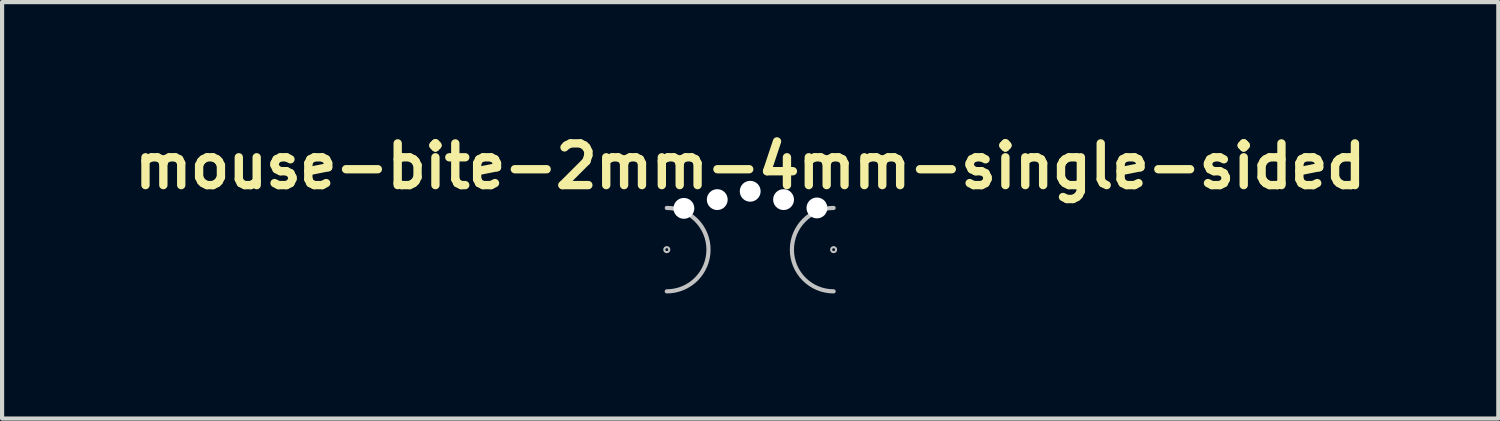
<source format=kicad_pcb>
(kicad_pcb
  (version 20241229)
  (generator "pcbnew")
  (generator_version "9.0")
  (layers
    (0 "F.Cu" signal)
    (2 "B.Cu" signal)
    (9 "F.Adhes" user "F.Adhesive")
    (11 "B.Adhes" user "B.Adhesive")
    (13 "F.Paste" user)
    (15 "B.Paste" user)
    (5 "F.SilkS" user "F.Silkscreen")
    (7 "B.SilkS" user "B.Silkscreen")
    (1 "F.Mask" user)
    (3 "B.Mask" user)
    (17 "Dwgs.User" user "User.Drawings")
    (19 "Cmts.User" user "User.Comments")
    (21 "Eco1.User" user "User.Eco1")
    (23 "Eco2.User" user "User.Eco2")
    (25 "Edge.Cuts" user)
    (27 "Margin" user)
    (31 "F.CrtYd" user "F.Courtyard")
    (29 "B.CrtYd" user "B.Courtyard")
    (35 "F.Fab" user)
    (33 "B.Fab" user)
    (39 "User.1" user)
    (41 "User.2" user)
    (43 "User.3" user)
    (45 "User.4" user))
  (footprint "mouse-bite-2mm-4mm-single-sided"
    (layer "F.Cu")
    (at 14.938 2.936)
    (property "Reference" "mouse-bite-2mm-4mm-single-sided" (at 0 -2 0) (layer "F.SilkS") (effects (font (size 1 1) (thickness 0.2))))
    (attr through_hole board_only exclude_from_pos_files exclude_from_bom)
    (fp_arc (start -2 -1) (mid -1 0) (end -2 1) (stroke (width 0.1) (type solid)) (layer "Dwgs.User"))
    (fp_arc (start 2 1) (mid 1 0) (end 2 -1) (stroke (width 0.1) (type solid)) (layer "Dwgs.User"))
    (fp_circle (center -2 0) (end -2 -0.06) (stroke (width 0.05) (type solid)) (fill no) (layer "Dwgs.User"))
    (fp_circle (center 2 0) (end 2.06 0) (stroke (width 0.05) (type solid)) (fill no) (layer "Dwgs.User"))
    (pad "" np_thru_hole circle (at -1.59 -0.99) (size 0.5 0.5) (drill 0.5) (layers "*.Cu" "*.Mask"))
    (pad "" np_thru_hole circle (at -0.79 -1.2) (size 0.5 0.5) (drill 0.5) (layers "*.Cu" "*.Mask"))
    (pad "" np_thru_hole circle (at 0 -1.4) (size 0.5 0.5) (drill 0.5) (layers "*.Cu" "*.Mask"))
    (pad "" np_thru_hole circle (at 0.8 -1.2) (size 0.5 0.5) (drill 0.5) (layers "*.Cu" "*.Mask"))
    (pad "" np_thru_hole circle (at 1.6 -1) (size 0.5 0.5) (drill 0.5) (layers "*.Cu" "*.Mask")))
  (gr_rect
    (start -3 -3)
    (end 32.876 6.986)
    (stroke (width 0.1) (type default))
    (fill no)
    (layer "Edge.Cuts")))
</source>
